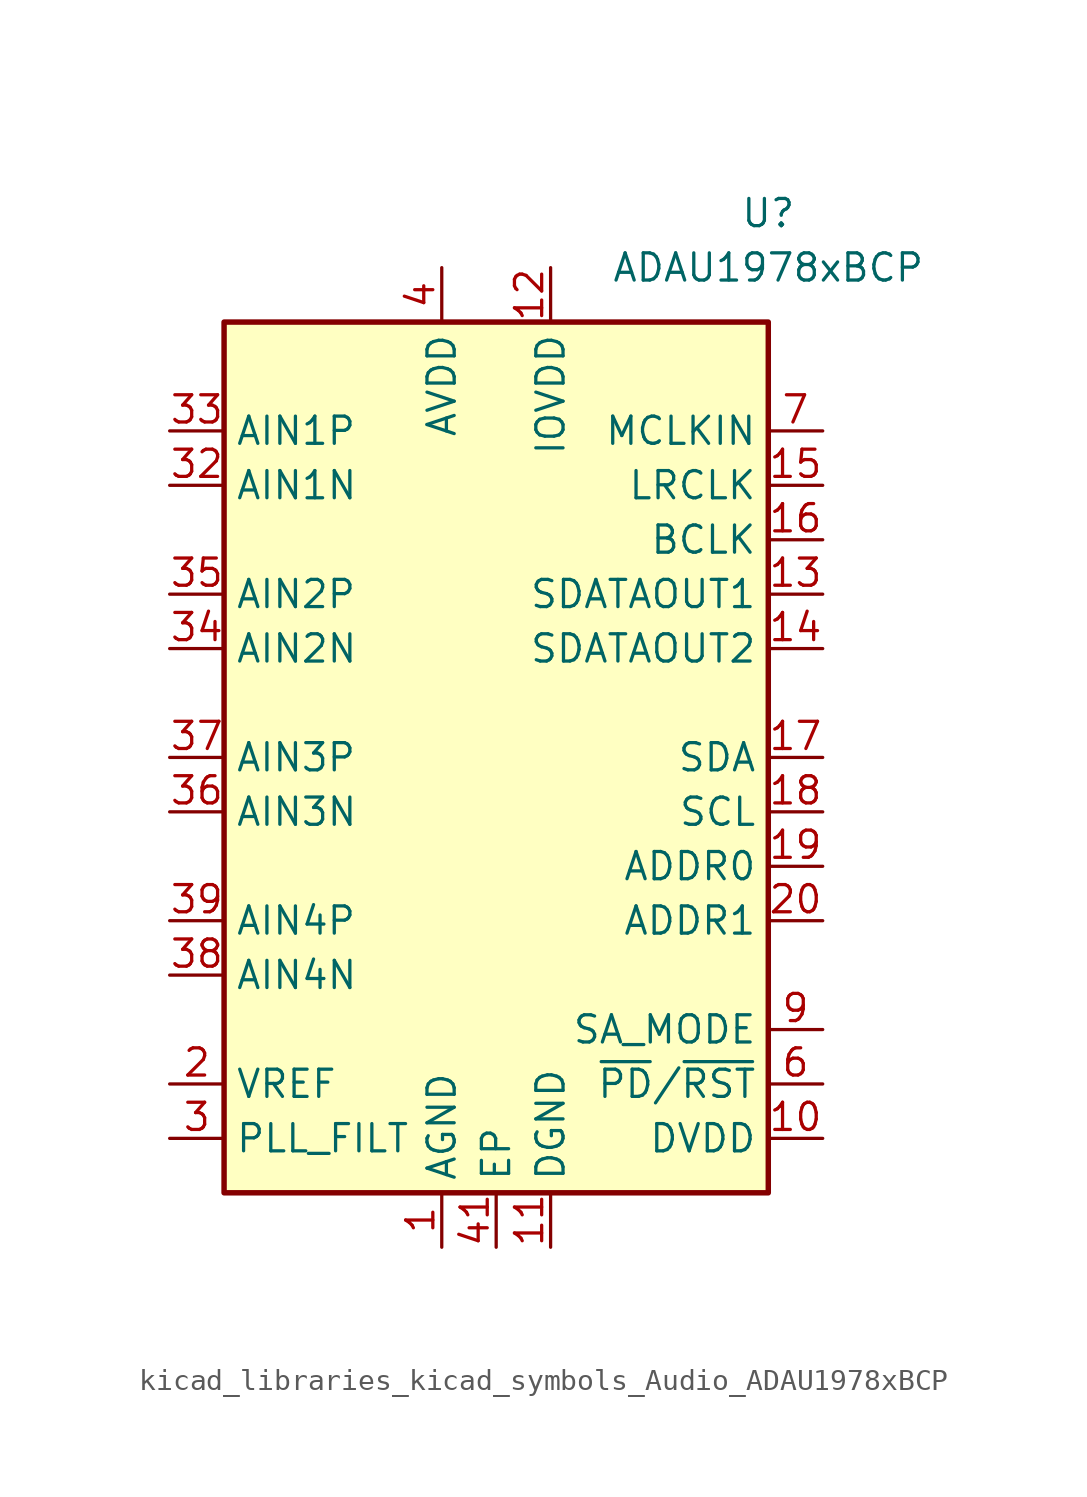
<source format=kicad_sym>
(kicad_symbol_lib
  (version 20220914)
  (generator kicad_symbol_editor)
  (symbol "kicad_libraries_kicad_symbols_Audio_ADAU1978xBCP"
    (property "Reference" "U"
      (at 12.7 25.4 0)
      (effects (font (size 1.27 1.27))))
    (property "Value" "ADAU1978xBCP"
      (at 12.7 22.86 0)
      (effects (font (size 1.27 1.27))))
    (symbol "kicad_libraries_kicad_symbols_Audio_ADAU1978xBCP_0_1"
      (rectangle (start -12.7 20.32) (end 12.7 -20.32) (stroke (width 0.254) (type default)) (fill (type background))))
    (symbol "kicad_libraries_kicad_symbols_Audio_ADAU1978xBCP_1_1"
      (pin power_in line (at -2.54 -22.86 90) (length 2.54) (name "AGND" (effects (font (size 1.27 1.27)))) (number "1" (effects (font (size 1.27 1.27)))))
      (pin power_out line (at 15.24 -17.78 180) (length 2.54) (name "DVDD" (effects (font (size 1.27 1.27)))) (number "10" (effects (font (size 1.27 1.27)))))
      (pin power_in line (at 2.54 -22.86 90) (length 2.54) (name "DGND" (effects (font (size 1.27 1.27)))) (number "11" (effects (font (size 1.27 1.27)))))
      (pin power_in line (at 2.54 22.86 270) (length 2.54) (name "IOVDD" (effects (font (size 1.27 1.27)))) (number "12" (effects (font (size 1.27 1.27)))))
      (pin output line (at 15.24 7.62 180) (length 2.54) (name "SDATAOUT1" (effects (font (size 1.27 1.27)))) (number "13" (effects (font (size 1.27 1.27)))))
      (pin output line (at 15.24 5.08 180) (length 2.54) (name "SDATAOUT2" (effects (font (size 1.27 1.27)))) (number "14" (effects (font (size 1.27 1.27)))))
      (pin bidirectional line (at 15.24 12.7 180) (length 2.54) (name "LRCLK" (effects (font (size 1.27 1.27)))) (number "15" (effects (font (size 1.27 1.27)))))
      (pin bidirectional line (at 15.24 10.16 180) (length 2.54) (name "BCLK" (effects (font (size 1.27 1.27)))) (number "16" (effects (font (size 1.27 1.27)))))
      (pin bidirectional line (at 15.24 0 180) (length 2.54) (name "SDA" (effects (font (size 1.27 1.27)))) (number "17" (effects (font (size 1.27 1.27)))) (alternate "COUT" output line))
      (pin input line (at 15.24 -2.54 180) (length 2.54) (name "SCL" (effects (font (size 1.27 1.27)))) (number "18" (effects (font (size 1.27 1.27)))) (alternate "CCLK" input line))
      (pin input line (at 15.24 -5.08 180) (length 2.54) (name "ADDR0" (effects (font (size 1.27 1.27)))) (number "19" (effects (font (size 1.27 1.27)))) (alternate "~{CLATCH}" input line))
      (pin output line (at -15.24 -15.24 0) (length 2.54) (name "VREF" (effects (font (size 1.27 1.27)))) (number "2" (effects (font (size 1.27 1.27)))))
      (pin input line (at 15.24 -7.62 180) (length 2.54) (name "ADDR1" (effects (font (size 1.27 1.27)))) (number "20" (effects (font (size 1.27 1.27)))) (alternate "CIN" input line))
      (pin passive line (at -2.54 -22.86 90) (length 2.54) hide (name "AGND" (effects (font (size 1.27 1.27)))) (number "21" (effects (font (size 1.27 1.27)))))
      (pin passive line (at -2.54 -22.86 90) (length 2.54) hide (name "AGND" (effects (font (size 1.27 1.27)))) (number "22" (effects (font (size 1.27 1.27)))))
      (pin no_connect line (at -10.16 -20.32 90) (length 2.54) hide (name "NC" (effects (font (size 1.27 1.27)))) (number "23" (effects (font (size 1.27 1.27)))))
      (pin no_connect line (at -7.62 -20.32 90) (length 2.54) hide (name "NC" (effects (font (size 1.27 1.27)))) (number "24" (effects (font (size 1.27 1.27)))))
      (pin no_connect line (at -5.08 -20.32 90) (length 2.54) hide (name "NC" (effects (font (size 1.27 1.27)))) (number "25" (effects (font (size 1.27 1.27)))))
      (pin no_connect line (at 5.08 -20.32 90) (length 2.54) hide (name "NC" (effects (font (size 1.27 1.27)))) (number "26" (effects (font (size 1.27 1.27)))))
      (pin no_connect line (at 7.62 -20.32 90) (length 2.54) hide (name "NC" (effects (font (size 1.27 1.27)))) (number "27" (effects (font (size 1.27 1.27)))))
      (pin passive line (at -2.54 -22.86 90) (length 2.54) hide (name "AGND" (effects (font (size 1.27 1.27)))) (number "28" (effects (font (size 1.27 1.27)))))
      (pin passive line (at -2.54 -22.86 90) (length 2.54) hide (name "AGND" (effects (font (size 1.27 1.27)))) (number "29" (effects (font (size 1.27 1.27)))))
      (pin output line (at -15.24 -17.78 0) (length 2.54) (name "PLL_FILT" (effects (font (size 1.27 1.27)))) (number "3" (effects (font (size 1.27 1.27)))))
      (pin no_connect line (at 10.16 -20.32 90) (length 2.54) hide (name "NC" (effects (font (size 1.27 1.27)))) (number "30" (effects (font (size 1.27 1.27)))))
      (pin passive line (at -2.54 22.86 270) (length 2.54) hide (name "AVDD" (effects (font (size 1.27 1.27)))) (number "31" (effects (font (size 1.27 1.27)))))
      (pin input line (at -15.24 12.7 0) (length 2.54) (name "AIN1N" (effects (font (size 1.27 1.27)))) (number "32" (effects (font (size 1.27 1.27)))))
      (pin input line (at -15.24 15.24 0) (length 2.54) (name "AIN1P" (effects (font (size 1.27 1.27)))) (number "33" (effects (font (size 1.27 1.27)))))
      (pin input line (at -15.24 5.08 0) (length 2.54) (name "AIN2N" (effects (font (size 1.27 1.27)))) (number "34" (effects (font (size 1.27 1.27)))))
      (pin input line (at -15.24 7.62 0) (length 2.54) (name "AIN2P" (effects (font (size 1.27 1.27)))) (number "35" (effects (font (size 1.27 1.27)))))
      (pin input line (at -15.24 -2.54 0) (length 2.54) (name "AIN3N" (effects (font (size 1.27 1.27)))) (number "36" (effects (font (size 1.27 1.27)))))
      (pin input line (at -15.24 0 0) (length 2.54) (name "AIN3P" (effects (font (size 1.27 1.27)))) (number "37" (effects (font (size 1.27 1.27)))))
      (pin input line (at -15.24 -10.16 0) (length 2.54) (name "AIN4N" (effects (font (size 1.27 1.27)))) (number "38" (effects (font (size 1.27 1.27)))))
      (pin input line (at -15.24 -7.62 0) (length 2.54) (name "AIN4P" (effects (font (size 1.27 1.27)))) (number "39" (effects (font (size 1.27 1.27)))))
      (pin power_in line (at -2.54 22.86 270) (length 2.54) (name "AVDD" (effects (font (size 1.27 1.27)))) (number "4" (effects (font (size 1.27 1.27)))))
      (pin passive line (at -2.54 22.86 270) (length 2.54) hide (name "AVDD" (effects (font (size 1.27 1.27)))) (number "40" (effects (font (size 1.27 1.27)))))
      (pin power_in line (at 0 -22.86 90) (length 2.54) (name "EP" (effects (font (size 1.27 1.27)))) (number "41" (effects (font (size 1.27 1.27)))))
      (pin passive line (at -2.54 -22.86 90) (length 2.54) hide (name "AGND" (effects (font (size 1.27 1.27)))) (number "5" (effects (font (size 1.27 1.27)))))
      (pin input line (at 15.24 -15.24 180) (length 2.54) (name "~{PD}/~{RST}" (effects (font (size 1.27 1.27)))) (number "6" (effects (font (size 1.27 1.27)))))
      (pin input line (at 15.24 15.24 180) (length 2.54) (name "MCLKIN" (effects (font (size 1.27 1.27)))) (number "7" (effects (font (size 1.27 1.27)))))
      (pin no_connect line (at 12.7 17.78 180) (length 2.54) hide (name "NC" (effects (font (size 1.27 1.27)))) (number "8" (effects (font (size 1.27 1.27)))))
      (pin input line (at 15.24 -12.7 180) (length 2.54) (name "SA_MODE" (effects (font (size 1.27 1.27)))) (number "9" (effects (font (size 1.27 1.27))))))))
</source>
